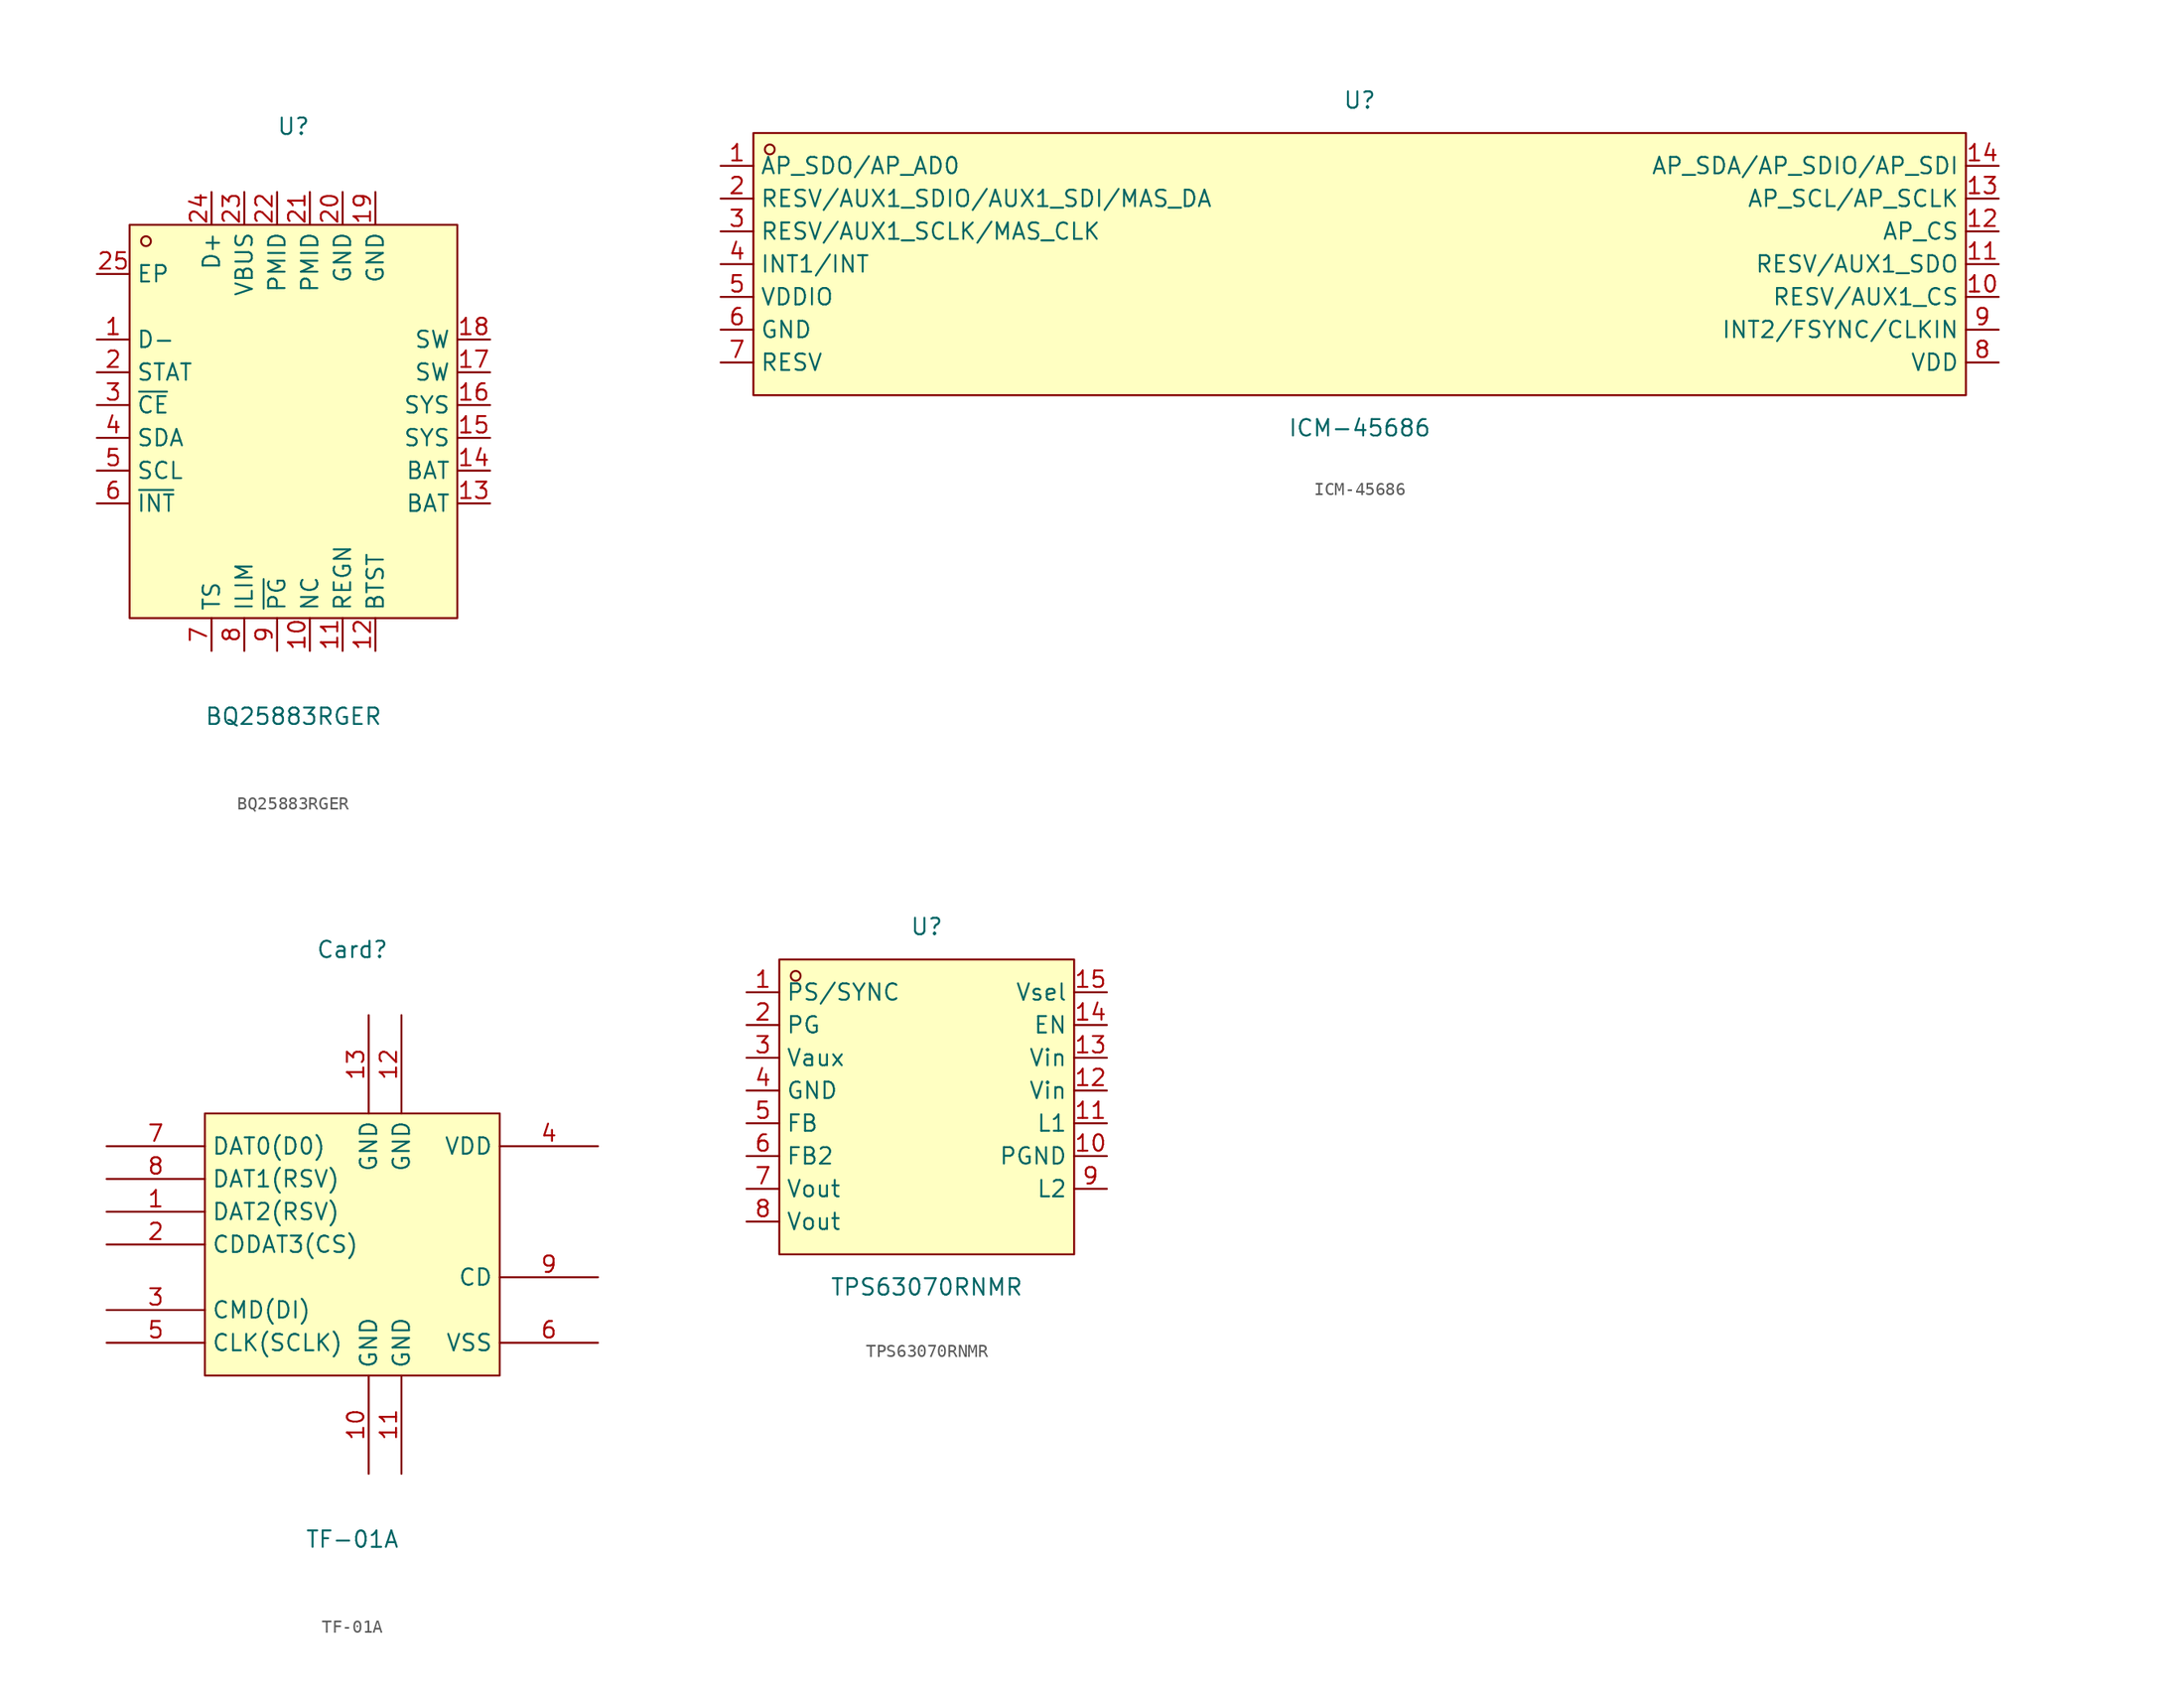
<source format=kicad_sym>
(kicad_symbol_lib
  (version 20211014)
  (generator https://github.com/uPesy/easyeda2kicad.py)
  (symbol "BQ25883RGER"
    (property "Reference" "U"
      (at 0 22.86 0)
      (effects (font (size 1.27 1.27))))
    (property "Value" "BQ25883RGER"
      (at 0 -22.86 0)
      (effects (font (size 1.27 1.27))))
    (symbol "BQ25883RGER_0_1"
      (rectangle (start -12.70 15.24) (end 12.70 -15.24) (stroke (width 0) (type default) (color 0 0 0 0)) (fill (type background)))
      (circle (center -11.43 13.97) (radius 0.38) (stroke (width 0) (type default) (color 0 0 0 0)) (fill (type none)))
      (pin unspecified line (at -15.24 6.35 0) (length 2.54) (name "D-" (effects (font (size 1.27 1.27)))) (number "1" (effects (font (size 1.27 1.27)))))
      (pin unspecified line (at -15.24 3.81 0) (length 2.54) (name "STAT" (effects (font (size 1.27 1.27)))) (number "2" (effects (font (size 1.27 1.27)))))
      (pin unspecified line (at -15.24 1.27 0) (length 2.54) (name "~{CE}" (effects (font (size 1.27 1.27)))) (number "3" (effects (font (size 1.27 1.27)))))
      (pin unspecified line (at -15.24 -1.27 0) (length 2.54) (name "SDA" (effects (font (size 1.27 1.27)))) (number "4" (effects (font (size 1.27 1.27)))))
      (pin unspecified line (at -15.24 -3.81 0) (length 2.54) (name "SCL" (effects (font (size 1.27 1.27)))) (number "5" (effects (font (size 1.27 1.27)))))
      (pin unspecified line (at -15.24 -6.35 0) (length 2.54) (name "~{INT}" (effects (font (size 1.27 1.27)))) (number "6" (effects (font (size 1.27 1.27)))))
      (pin unspecified line (at -6.35 -17.78 90) (length 2.54) (name "TS" (effects (font (size 1.27 1.27)))) (number "7" (effects (font (size 1.27 1.27)))))
      (pin unspecified line (at -3.81 -17.78 90) (length 2.54) (name "ILIM" (effects (font (size 1.27 1.27)))) (number "8" (effects (font (size 1.27 1.27)))))
      (pin unspecified line (at -1.27 -17.78 90) (length 2.54) (name "~{PG}" (effects (font (size 1.27 1.27)))) (number "9" (effects (font (size 1.27 1.27)))))
      (pin unspecified line (at 1.27 -17.78 90) (length 2.54) (name "NC" (effects (font (size 1.27 1.27)))) (number "10" (effects (font (size 1.27 1.27)))))
      (pin unspecified line (at 3.81 -17.78 90) (length 2.54) (name "REGN" (effects (font (size 1.27 1.27)))) (number "11" (effects (font (size 1.27 1.27)))))
      (pin unspecified line (at 6.35 -17.78 90) (length 2.54) (name "BTST" (effects (font (size 1.27 1.27)))) (number "12" (effects (font (size 1.27 1.27)))))
      (pin unspecified line (at 15.24 -6.35 180) (length 2.54) (name "BAT" (effects (font (size 1.27 1.27)))) (number "13" (effects (font (size 1.27 1.27)))))
      (pin unspecified line (at 15.24 -3.81 180) (length 2.54) (name "BAT" (effects (font (size 1.27 1.27)))) (number "14" (effects (font (size 1.27 1.27)))))
      (pin unspecified line (at 15.24 -1.27 180) (length 2.54) (name "SYS" (effects (font (size 1.27 1.27)))) (number "15" (effects (font (size 1.27 1.27)))))
      (pin unspecified line (at 15.24 1.27 180) (length 2.54) (name "SYS" (effects (font (size 1.27 1.27)))) (number "16" (effects (font (size 1.27 1.27)))))
      (pin unspecified line (at 15.24 3.81 180) (length 2.54) (name "SW" (effects (font (size 1.27 1.27)))) (number "17" (effects (font (size 1.27 1.27)))))
      (pin unspecified line (at 15.24 6.35 180) (length 2.54) (name "SW" (effects (font (size 1.27 1.27)))) (number "18" (effects (font (size 1.27 1.27)))))
      (pin unspecified line (at 6.35 17.78 270) (length 2.54) (name "GND" (effects (font (size 1.27 1.27)))) (number "19" (effects (font (size 1.27 1.27)))))
      (pin unspecified line (at 3.81 17.78 270) (length 2.54) (name "GND" (effects (font (size 1.27 1.27)))) (number "20" (effects (font (size 1.27 1.27)))))
      (pin unspecified line (at 1.27 17.78 270) (length 2.54) (name "PMID" (effects (font (size 1.27 1.27)))) (number "21" (effects (font (size 1.27 1.27)))))
      (pin unspecified line (at -1.27 17.78 270) (length 2.54) (name "PMID" (effects (font (size 1.27 1.27)))) (number "22" (effects (font (size 1.27 1.27)))))
      (pin unspecified line (at -3.81 17.78 270) (length 2.54) (name "VBUS" (effects (font (size 1.27 1.27)))) (number "23" (effects (font (size 1.27 1.27)))))
      (pin unspecified line (at -6.35 17.78 270) (length 2.54) (name "D+" (effects (font (size 1.27 1.27)))) (number "24" (effects (font (size 1.27 1.27)))))
      (pin unspecified line (at -15.24 11.43 0) (length 2.54) (name "EP" (effects (font (size 1.27 1.27)))) (number "25" (effects (font (size 1.27 1.27)))))))
  (symbol "ICM-45686"
    (property "Reference" "U"
      (at 0 12.70 0)
      (effects (font (size 1.27 1.27))))
    (property "Value" "ICM-45686"
      (at 0 -12.70 0)
      (effects (font (size 1.27 1.27))))
    (symbol "ICM-45686_0_1"
      (rectangle (start -46.99 10.16) (end 46.99 -10.16) (stroke (width 0) (type default) (color 0 0 0 0)) (fill (type background)))
      (circle (center -45.72 8.89) (radius 0.38) (stroke (width 0) (type default) (color 0 0 0 0)) (fill (type none)))
      (pin unspecified line (at -49.53 7.62 0) (length 2.54) (name "AP_SDO/AP_AD0" (effects (font (size 1.27 1.27)))) (number "1" (effects (font (size 1.27 1.27)))))
      (pin unspecified line (at -49.53 5.08 0) (length 2.54) (name "RESV/AUX1_SDIO/AUX1_SDI/MAS_DA" (effects (font (size 1.27 1.27)))) (number "2" (effects (font (size 1.27 1.27)))))
      (pin unspecified line (at -49.53 2.54 0) (length 2.54) (name "RESV/AUX1_SCLK/MAS_CLK" (effects (font (size 1.27 1.27)))) (number "3" (effects (font (size 1.27 1.27)))))
      (pin unspecified line (at -49.53 -0.00 0) (length 2.54) (name "INT1/INT" (effects (font (size 1.27 1.27)))) (number "4" (effects (font (size 1.27 1.27)))))
      (pin unspecified line (at -49.53 -2.54 0) (length 2.54) (name "VDDIO" (effects (font (size 1.27 1.27)))) (number "5" (effects (font (size 1.27 1.27)))))
      (pin unspecified line (at -49.53 -5.08 0) (length 2.54) (name "GND" (effects (font (size 1.27 1.27)))) (number "6" (effects (font (size 1.27 1.27)))))
      (pin unspecified line (at -49.53 -7.62 0) (length 2.54) (name "RESV" (effects (font (size 1.27 1.27)))) (number "7" (effects (font (size 1.27 1.27)))))
      (pin unspecified line (at 49.53 -7.62 180) (length 2.54) (name "VDD" (effects (font (size 1.27 1.27)))) (number "8" (effects (font (size 1.27 1.27)))))
      (pin unspecified line (at 49.53 -5.08 180) (length 2.54) (name "INT2/FSYNC/CLKIN" (effects (font (size 1.27 1.27)))) (number "9" (effects (font (size 1.27 1.27)))))
      (pin unspecified line (at 49.53 -2.54 180) (length 2.54) (name "RESV/AUX1_CS" (effects (font (size 1.27 1.27)))) (number "10" (effects (font (size 1.27 1.27)))))
      (pin unspecified line (at 49.53 -0.00 180) (length 2.54) (name "RESV/AUX1_SDO" (effects (font (size 1.27 1.27)))) (number "11" (effects (font (size 1.27 1.27)))))
      (pin unspecified line (at 49.53 2.54 180) (length 2.54) (name "AP_CS" (effects (font (size 1.27 1.27)))) (number "12" (effects (font (size 1.27 1.27)))))
      (pin unspecified line (at 49.53 5.08 180) (length 2.54) (name "AP_SCL/AP_SCLK" (effects (font (size 1.27 1.27)))) (number "13" (effects (font (size 1.27 1.27)))))
      (pin unspecified line (at 49.53 7.62 180) (length 2.54) (name "AP_SDA/AP_SDIO/AP_SDI" (effects (font (size 1.27 1.27)))) (number "14" (effects (font (size 1.27 1.27)))))))
  (symbol "TF-01A"
    (property "Reference" "Card"
      (at 0 22.86 0)
      (effects (font (size 1.27 1.27))))
    (property "Value" "TF-01A"
      (at 0 -22.86 0)
      (effects (font (size 1.27 1.27))))
    (symbol "TF-01A_0_1"
      (rectangle (start -11.43 10.16) (end 11.43 -10.16) (stroke (width 0) (type default) (color 0 0 0 0)) (fill (type background)))
      (pin bidirectional line (at -19.05 2.54 0) (length 7.62) (name "DAT2(RSV)" (effects (font (size 1.27 1.27)))) (number "1" (effects (font (size 1.27 1.27)))))
      (pin bidirectional line (at -19.05 -0.00 0) (length 7.62) (name "CDDAT3(CS)" (effects (font (size 1.27 1.27)))) (number "2" (effects (font (size 1.27 1.27)))))
      (pin input line (at -19.05 -5.08 0) (length 7.62) (name "CMD(DI)" (effects (font (size 1.27 1.27)))) (number "3" (effects (font (size 1.27 1.27)))))
      (pin input line (at 19.05 7.62 180) (length 7.62) (name "VDD" (effects (font (size 1.27 1.27)))) (number "4" (effects (font (size 1.27 1.27)))))
      (pin input line (at -19.05 -7.62 0) (length 7.62) (name "CLK(SCLK)" (effects (font (size 1.27 1.27)))) (number "5" (effects (font (size 1.27 1.27)))))
      (pin input line (at 19.05 -7.62 180) (length 7.62) (name "VSS" (effects (font (size 1.27 1.27)))) (number "6" (effects (font (size 1.27 1.27)))))
      (pin bidirectional line (at -19.05 7.62 0) (length 7.62) (name "DAT0(D0)" (effects (font (size 1.27 1.27)))) (number "7" (effects (font (size 1.27 1.27)))))
      (pin bidirectional line (at -19.05 5.08 0) (length 7.62) (name "DAT1(RSV)" (effects (font (size 1.27 1.27)))) (number "8" (effects (font (size 1.27 1.27)))))
      (pin input line (at 1.27 17.78 270) (length 7.62) (name "GND" (effects (font (size 1.27 1.27)))) (number "13" (effects (font (size 1.27 1.27)))))
      (pin input line (at 1.27 -17.78 90) (length 7.62) (name "GND" (effects (font (size 1.27 1.27)))) (number "10" (effects (font (size 1.27 1.27)))))
      (pin input line (at 3.81 -17.78 90) (length 7.62) (name "GND" (effects (font (size 1.27 1.27)))) (number "11" (effects (font (size 1.27 1.27)))))
      (pin input line (at 3.81 17.78 270) (length 7.62) (name "GND" (effects (font (size 1.27 1.27)))) (number "12" (effects (font (size 1.27 1.27)))))
      (pin input line (at 19.05 -2.54 180) (length 7.62) (name "CD" (effects (font (size 1.27 1.27)))) (number "9" (effects (font (size 1.27 1.27)))))))
  (symbol "TPS63070RNMR"
    (property "Reference" "U"
      (at 0 13.97 0)
      (effects (font (size 1.27 1.27))))
    (property "Value" "TPS63070RNMR"
      (at 0 -13.97 0)
      (effects (font (size 1.27 1.27))))
    (symbol "TPS63070RNMR_0_1"
      (rectangle (start -11.43 11.43) (end 11.43 -11.43) (stroke (width 0) (type default) (color 0 0 0 0)) (fill (type background)))
      (circle (center -10.16 10.16) (radius 0.38) (stroke (width 0) (type default) (color 0 0 0 0)) (fill (type none)))
      (pin unspecified line (at -13.97 8.89 0) (length 2.54) (name "PS/SYNC" (effects (font (size 1.27 1.27)))) (number "1" (effects (font (size 1.27 1.27)))))
      (pin unspecified line (at -13.97 6.35 0) (length 2.54) (name "PG" (effects (font (size 1.27 1.27)))) (number "2" (effects (font (size 1.27 1.27)))))
      (pin unspecified line (at -13.97 3.81 0) (length 2.54) (name "Vaux" (effects (font (size 1.27 1.27)))) (number "3" (effects (font (size 1.27 1.27)))))
      (pin unspecified line (at -13.97 1.27 0) (length 2.54) (name "GND" (effects (font (size 1.27 1.27)))) (number "4" (effects (font (size 1.27 1.27)))))
      (pin unspecified line (at -13.97 -1.27 0) (length 2.54) (name "FB" (effects (font (size 1.27 1.27)))) (number "5" (effects (font (size 1.27 1.27)))))
      (pin unspecified line (at -13.97 -3.81 0) (length 2.54) (name "FB2" (effects (font (size 1.27 1.27)))) (number "6" (effects (font (size 1.27 1.27)))))
      (pin unspecified line (at -13.97 -6.35 0) (length 2.54) (name "Vout" (effects (font (size 1.27 1.27)))) (number "7" (effects (font (size 1.27 1.27)))))
      (pin unspecified line (at -13.97 -8.89 0) (length 2.54) (name "Vout" (effects (font (size 1.27 1.27)))) (number "8" (effects (font (size 1.27 1.27)))))
      (pin unspecified line (at 13.97 -6.35 180) (length 2.54) (name "L2" (effects (font (size 1.27 1.27)))) (number "9" (effects (font (size 1.27 1.27)))))
      (pin unspecified line (at 13.97 -3.81 180) (length 2.54) (name "PGND" (effects (font (size 1.27 1.27)))) (number "10" (effects (font (size 1.27 1.27)))))
      (pin unspecified line (at 13.97 -1.27 180) (length 2.54) (name "L1" (effects (font (size 1.27 1.27)))) (number "11" (effects (font (size 1.27 1.27)))))
      (pin unspecified line (at 13.97 1.27 180) (length 2.54) (name "Vin" (effects (font (size 1.27 1.27)))) (number "12" (effects (font (size 1.27 1.27)))))
      (pin unspecified line (at 13.97 3.81 180) (length 2.54) (name "Vin" (effects (font (size 1.27 1.27)))) (number "13" (effects (font (size 1.27 1.27)))))
      (pin unspecified line (at 13.97 6.35 180) (length 2.54) (name "EN" (effects (font (size 1.27 1.27)))) (number "14" (effects (font (size 1.27 1.27)))))
      (pin unspecified line (at 13.97 8.89 180) (length 2.54) (name "Vsel" (effects (font (size 1.27 1.27)))) (number "15" (effects (font (size 1.27 1.27))))))))
</source>
